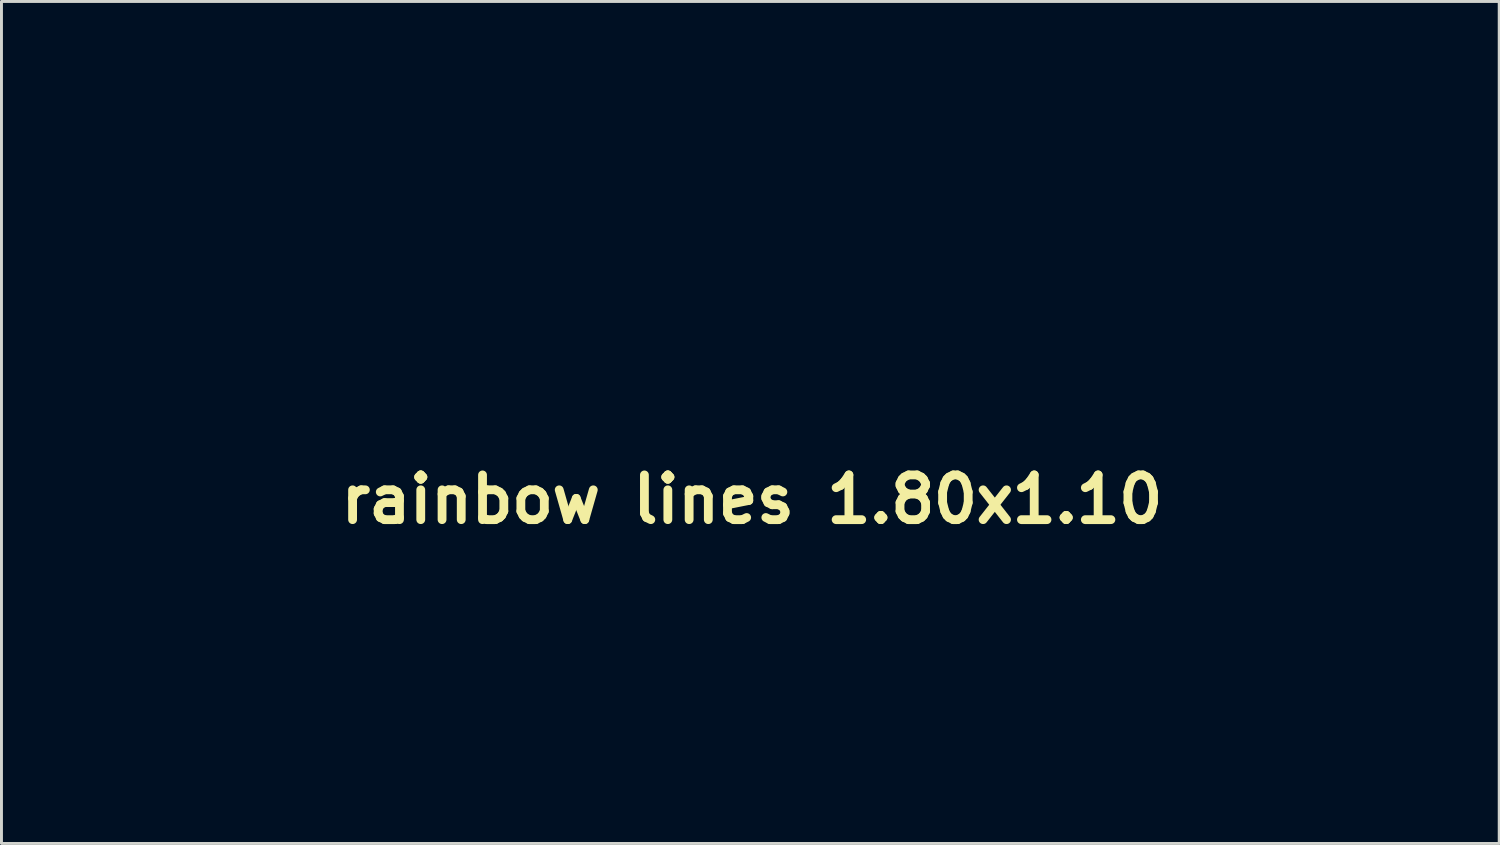
<source format=kicad_pcb>
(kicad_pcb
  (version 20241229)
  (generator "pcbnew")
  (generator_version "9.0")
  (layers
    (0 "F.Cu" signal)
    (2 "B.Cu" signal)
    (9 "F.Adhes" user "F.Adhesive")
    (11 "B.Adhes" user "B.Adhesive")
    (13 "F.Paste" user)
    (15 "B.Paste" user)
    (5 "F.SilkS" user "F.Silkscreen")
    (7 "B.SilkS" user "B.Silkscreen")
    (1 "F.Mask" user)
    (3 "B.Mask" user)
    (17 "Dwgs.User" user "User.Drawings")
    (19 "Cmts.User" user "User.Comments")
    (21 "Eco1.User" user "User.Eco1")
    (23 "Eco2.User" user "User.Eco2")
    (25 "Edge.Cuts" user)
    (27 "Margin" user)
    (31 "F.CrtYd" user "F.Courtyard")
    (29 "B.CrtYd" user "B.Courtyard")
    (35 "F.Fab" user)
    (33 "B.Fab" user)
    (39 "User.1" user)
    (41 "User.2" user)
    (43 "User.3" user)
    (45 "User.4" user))
  (footprint "rainbow lines 1.80x1.10"
    (layer "F.Cu")
    (at 22.57 13.965)
    (property "Reference" "rainbow lines 1.80x1.10" (at 0 0 0) (layer "F.SilkS") (effects (font (size 1.524 1.524) (thickness 0.3))))
    (attr board_only exclude_from_pos_files exclude_from_bom)
    (fp_poly (pts (xy 0.249 3.184) (xy 0.761 3.23) (xy 1.272 3.317) (xy 1.783 3.443) (xy 2.294 3.611) (xy 2.804 3.818) (xy 3.313 4.066) (xy 3.821 4.353) (xy 4.326 4.681) (xy 4.506 4.807) (xy 4.63 4.898) (xy 4.77 5.005) (xy 4.922 5.125) (xy 5.082 5.253) (xy 5.244 5.385) (xy 5.405 5.519) (xy 5.559 5.649) (xy 5.703 5.772) (xy 5.831 5.885) (xy 5.939 5.984) (xy 6.022 6.063) (xy 6.077 6.121) (xy 6.082 6.128) (xy 6.128 6.185) (xy 6.074 6.218) (xy 6.028 6.25) (xy 5.968 6.3) (xy 5.922 6.34) (xy 5.85 6.397) (xy 5.773 6.446) (xy 5.728 6.468) (xy 5.663 6.505) (xy 5.573 6.574) (xy 5.459 6.673) (xy 5.38 6.746) (xy 5.235 6.884) (xy 5.119 6.995) (xy 5.027 7.084) (xy 4.958 7.154) (xy 4.908 7.208) (xy 4.874 7.248) (xy 4.853 7.279) (xy 4.841 7.304) (xy 4.838 7.312) (xy 4.81 7.371) (xy 4.769 7.423) (xy 4.735 7.46) (xy 4.684 7.522) (xy 4.622 7.6) (xy 4.57 7.669) (xy 4.488 7.785) (xy 4.433 7.88) (xy 4.4 7.964) (xy 4.394 7.984) (xy 4.371 8.058) (xy 4.341 8.122) (xy 4.321 8.153) (xy 4.29 8.202) (xy 4.278 8.244) (xy 4.272 8.281) (xy 4.256 8.347) (xy 4.234 8.432) (xy 4.214 8.504) (xy 4.151 8.721) (xy 3.948 8.484) (xy 3.747 8.255) (xy 3.527 8.014) (xy 3.299 7.773) (xy 3.075 7.544) (xy 2.907 7.379) (xy 2.555 7.054) (xy 2.214 6.767) (xy 1.881 6.517) (xy 1.556 6.304) (xy 1.235 6.125) (xy 0.918 5.98) (xy 0.603 5.868) (xy 0.288 5.788) (xy 0.216 5.774) (xy 0.098 5.759) (xy -0.051 5.751) (xy -0.216 5.75) (xy -0.382 5.755) (xy -0.536 5.766) (xy -0.663 5.783) (xy -0.668 5.784) (xy -0.99 5.865) (xy -1.318 5.983) (xy -1.651 6.139) (xy -1.984 6.329) (xy -2.314 6.552) (xy -2.424 6.635) (xy -2.627 6.798) (xy -2.849 6.989) (xy -3.081 7.2) (xy -3.317 7.424) (xy -3.55 7.655) (xy -3.773 7.885) (xy -3.977 8.108) (xy -4.154 8.312) (xy -4.212 8.379) (xy -4.25 8.412) (xy -4.272 8.413) (xy -4.279 8.384) (xy -4.279 8.379) (xy -4.287 8.343) (xy -4.308 8.28) (xy -4.339 8.2) (xy -4.36 8.15) (xy -4.399 8.058) (xy -4.433 7.97) (xy -4.457 7.9) (xy -4.464 7.877) (xy -4.498 7.802) (xy -4.543 7.759) (xy -4.579 7.731) (xy -4.587 7.709) (xy -4.592 7.684) (xy -4.611 7.665) (xy -4.639 7.634) (xy -4.678 7.578) (xy -4.715 7.518) (xy -4.767 7.432) (xy -4.83 7.338) (xy -4.869 7.283) (xy -4.931 7.2) (xy -4.998 7.11) (xy -5.037 7.057) (xy -5.114 6.963) (xy -5.218 6.856) (xy -5.339 6.746) (xy -5.431 6.669) (xy -5.488 6.618) (xy -5.547 6.557) (xy -5.558 6.544) (xy -5.622 6.488) (xy -5.707 6.437) (xy -5.735 6.425) (xy -5.798 6.397) (xy -5.839 6.375) (xy -5.849 6.366) (xy -5.866 6.349) (xy -5.912 6.316) (xy -5.975 6.274) (xy -5.977 6.273) (xy -6.042 6.234) (xy -6.094 6.202) (xy -6.131 6.176) (xy -6.152 6.15) (xy -6.154 6.12) (xy -6.137 6.084) (xy -6.097 6.037) (xy -6.033 5.975) (xy -5.944 5.894) (xy -5.828 5.791) (xy -5.69 5.669) (xy -5.303 5.334) (xy -4.931 5.032) (xy -4.569 4.76) (xy -4.213 4.514) (xy -3.858 4.292) (xy -3.498 4.09) (xy -3.13 3.904) (xy -2.799 3.755) (xy -2.295 3.558) (xy -1.789 3.402) (xy -1.281 3.287) (xy -0.772 3.212) (xy -0.262 3.178)) (stroke (width 0) (type solid)) (fill yes) (layer "F.Mask"))
    (fp_poly (pts (xy 0.301 -13.961) (xy 0.862 -13.941) (xy 1.432 -13.905) (xy 2.001 -13.855) (xy 2.557 -13.79) (xy 2.803 -13.756) (xy 3.705 -13.605) (xy 4.595 -13.415) (xy 5.475 -13.185) (xy 6.343 -12.918) (xy 7.198 -12.612) (xy 8.039 -12.269) (xy 8.867 -11.889) (xy 9.68 -11.473) (xy 10.477 -11.02) (xy 11.257 -10.533) (xy 12.021 -10.01) (xy 12.766 -9.452) (xy 13.493 -8.861) (xy 14.2 -8.235) (xy 14.887 -7.577) (xy 15.553 -6.886) (xy 16.197 -6.163) (xy 16.819 -5.408) (xy 17.331 -4.738) (xy 17.941 -3.879) (xy 18.521 -2.99) (xy 19.072 -2.071) (xy 19.592 -1.123) (xy 20.081 -0.147) (xy 20.54 0.857) (xy 20.967 1.887) (xy 21.363 2.943) (xy 21.726 4.023) (xy 22.058 5.128) (xy 22.35 6.231) (xy 22.382 6.362) (xy 22.41 6.48) (xy 22.433 6.578) (xy 22.449 6.652) (xy 22.457 6.694) (xy 22.458 6.703) (xy 22.437 6.694) (xy 22.385 6.66) (xy 22.307 6.602) (xy 22.205 6.523) (xy 22.082 6.426) (xy 22.018 6.375) (xy 21.879 6.27) (xy 21.761 6.198) (xy 21.684 6.164) (xy 21.597 6.126) (xy 21.55 6.09) (xy 21.542 6.073) (xy 21.235 4.966) (xy 20.899 3.886) (xy 20.532 2.833) (xy 20.136 1.807) (xy 19.71 0.808) (xy 19.256 -0.161) (xy 18.773 -1.103) (xy 18.261 -2.014) (xy 17.72 -2.897) (xy 17.152 -3.749) (xy 16.556 -4.57) (xy 15.933 -5.36) (xy 15.283 -6.119) (xy 14.605 -6.846) (xy 13.901 -7.54) (xy 13.441 -7.964) (xy 13.094 -8.27) (xy 12.765 -8.55) (xy 12.446 -8.811) (xy 12.126 -9.061) (xy 11.798 -9.306) (xy 11.452 -9.554) (xy 11.255 -9.691) (xy 10.48 -10.202) (xy 9.691 -10.674) (xy 8.89 -11.108) (xy 8.077 -11.503) (xy 7.251 -11.859) (xy 6.413 -12.176) (xy 5.564 -12.453) (xy 4.704 -12.692) (xy 3.832 -12.891) (xy 2.95 -13.051) (xy 2.057 -13.171) (xy 1.154 -13.252) (xy 0.865 -13.27) (xy 0.382 -13.29) (xy -0.085 -13.296) (xy -0.549 -13.289) (xy -1.023 -13.269) (xy -1.522 -13.234) (xy -1.73 -13.217) (xy -2.61 -13.118) (xy -3.481 -12.979) (xy -4.343 -12.802) (xy -5.195 -12.586) (xy -6.036 -12.331) (xy -6.865 -12.039) (xy -7.681 -11.709) (xy -8.484 -11.343) (xy -9.273 -10.94) (xy -10.048 -10.501) (xy -10.807 -10.026) (xy -11.549 -9.516) (xy -12.275 -8.972) (xy -12.983 -8.393) (xy -13.672 -7.781) (xy -14.342 -7.135) (xy -14.993 -6.457) (xy -15.622 -5.746) (xy -16.23 -5.003) (xy -16.816 -4.228) (xy -16.84 -4.195) (xy -17.433 -3.342) (xy -17.998 -2.461) (xy -18.533 -1.551) (xy -19.041 -0.612) (xy -19.52 0.357) (xy -19.971 1.357) (xy -20.395 2.387) (xy -20.791 3.449) (xy -21.161 4.542) (xy -21.488 5.615) (xy -21.633 6.116) (xy -21.751 6.171) (xy -21.855 6.229) (xy -21.987 6.319) (xy -22.146 6.439) (xy -22.331 6.589) (xy -22.391 6.64) (xy -22.469 6.703) (xy -22.527 6.746) (xy -22.562 6.766) (xy -22.57 6.762) (xy -22.562 6.731) (xy -22.544 6.666) (xy -22.52 6.575) (xy -22.491 6.463) (xy -22.458 6.336) (xy -22.442 6.274) (xy -22.284 5.691) (xy -22.108 5.085) (xy -21.917 4.465) (xy -21.714 3.844) (xy -21.503 3.233) (xy -21.303 2.682) (xy -20.904 1.666) (xy -20.478 0.676) (xy -20.026 -0.286) (xy -19.549 -1.221) (xy -19.045 -2.127) (xy -18.517 -3.004) (xy -17.965 -3.852) (xy -17.388 -4.671) (xy -16.788 -5.459) (xy -16.165 -6.215) (xy -15.52 -6.941) (xy -14.853 -7.634) (xy -14.165 -8.295) (xy -13.455 -8.922) (xy -12.725 -9.516) (xy -11.975 -10.075) (xy -11.206 -10.6) (xy -10.418 -11.09) (xy -9.611 -11.543) (xy -8.787 -11.96) (xy -7.945 -12.34) (xy -7.366 -12.576) (xy -6.524 -12.884) (xy -5.678 -13.152) (xy -4.826 -13.382) (xy -3.965 -13.573) (xy -3.092 -13.726) (xy -2.204 -13.842) (xy -1.299 -13.922) (xy -0.751 -13.952) (xy -0.24 -13.965)) (stroke (width 0) (type solid)) (fill yes) (layer "F.Mask"))
    (fp_poly (pts (xy 0.181 -6.842) (xy 0.404 -6.84) (xy 0.598 -6.836) (xy 0.771 -6.83) (xy 0.931 -6.821) (xy 1.087 -6.808) (xy 1.247 -6.792) (xy 1.419 -6.77) (xy 1.61 -6.744) (xy 1.787 -6.719) (xy 2.499 -6.593) (xy 3.206 -6.428) (xy 3.908 -6.223) (xy 4.603 -5.978) (xy 5.291 -5.695) (xy 5.971 -5.373) (xy 6.644 -5.012) (xy 7.308 -4.614) (xy 7.963 -4.178) (xy 8.608 -3.705) (xy 9.243 -3.195) (xy 9.866 -2.649) (xy 10.479 -2.067) (xy 11.079 -1.448) (xy 11.667 -0.795) (xy 12.241 -0.106) (xy 12.351 0.031) (xy 12.635 0.398) (xy 12.931 0.797) (xy 13.231 1.217) (xy 13.531 1.651) (xy 13.826 2.092) (xy 14.109 2.531) (xy 14.376 2.961) (xy 14.621 3.372) (xy 14.623 3.376) (xy 14.653 3.427) (xy 14.114 3.433) (xy 13.853 3.437) (xy 13.629 3.444) (xy 13.434 3.455) (xy 13.262 3.471) (xy 13.104 3.493) (xy 12.952 3.521) (xy 12.799 3.558) (xy 12.636 3.604) (xy 12.495 3.647) (xy 12.289 3.715) (xy 12.121 3.777) (xy 11.986 3.837) (xy 11.875 3.896) (xy 11.795 3.95) (xy 11.745 3.985) (xy 11.709 4.004) (xy 11.702 4.006) (xy 11.686 3.99) (xy 11.65 3.944) (xy 11.599 3.874) (xy 11.538 3.785) (xy 11.477 3.696) (xy 10.944 2.925) (xy 10.405 2.19) (xy 9.859 1.493) (xy 9.306 0.833) (xy 8.748 0.21) (xy 8.185 -0.374) (xy 7.616 -0.92) (xy 7.042 -1.427) (xy 6.464 -1.895) (xy 5.881 -2.324) (xy 5.295 -2.714) (xy 4.705 -3.064) (xy 4.111 -3.373) (xy 3.762 -3.536) (xy 3.239 -3.754) (xy 2.726 -3.939) (xy 2.215 -4.091) (xy 1.698 -4.213) (xy 1.166 -4.309) (xy 0.827 -4.355) (xy 0.615 -4.375) (xy 0.37 -4.39) (xy 0.103 -4.398) (xy -0.173 -4.401) (xy -0.447 -4.399) (xy -0.708 -4.39) (xy -0.942 -4.375) (xy -1.047 -4.365) (xy -1.644 -4.283) (xy -2.235 -4.164) (xy -2.821 -4.008) (xy -3.404 -3.814) (xy -3.983 -3.583) (xy -4.56 -3.313) (xy -5.137 -3.004) (xy -5.713 -2.656) (xy -6.29 -2.269) (xy -6.87 -1.841) (xy -6.919 -1.803) (xy -7.123 -1.639) (xy -7.349 -1.448) (xy -7.592 -1.236) (xy -7.846 -1.007) (xy -8.105 -0.766) (xy -8.363 -0.52) (xy -8.616 -0.273) (xy -8.857 -0.031) (xy -9.081 0.202) (xy -9.186 0.315) (xy -9.544 0.714) (xy -9.912 1.144) (xy -10.283 1.597) (xy -10.653 2.067) (xy -11.015 2.546) (xy -11.364 3.026) (xy -11.694 3.501) (xy -11.801 3.661) (xy -11.858 3.747) (xy -11.908 3.821) (xy -11.944 3.874) (xy -11.962 3.901) (xy -11.964 3.903) (xy -11.985 3.897) (xy -12.03 3.874) (xy -12.057 3.858) (xy -12.135 3.817) (xy -12.223 3.778) (xy -12.245 3.77) (xy -12.325 3.737) (xy -12.401 3.698) (xy -12.419 3.686) (xy -12.503 3.644) (xy -12.625 3.6) (xy -12.778 3.558) (xy -12.954 3.519) (xy -13.147 3.483) (xy -13.348 3.454) (xy -13.551 3.432) (xy -13.61 3.427) (xy -13.682 3.424) (xy -13.785 3.424) (xy -13.913 3.426) (xy -14.055 3.429) (xy -14.203 3.434) (xy -14.35 3.44) (xy -14.486 3.447) (xy -14.602 3.455) (xy -14.691 3.462) (xy -14.743 3.47) (xy -14.745 3.47) (xy -14.763 3.472) (xy -14.77 3.463) (xy -14.764 3.438) (xy -14.743 3.394) (xy -14.705 3.324) (xy -14.648 3.225) (xy -14.622 3.18) (xy -14.103 2.321) (xy -13.569 1.5) (xy -13.021 0.717) (xy -12.458 -0.028) (xy -11.88 -0.737) (xy -11.286 -1.409) (xy -10.677 -2.044) (xy -10.05 -2.644) (xy -9.407 -3.209) (xy -8.747 -3.739) (xy -8.509 -3.918) (xy -7.862 -4.375) (xy -7.203 -4.795) (xy -6.534 -5.177) (xy -5.855 -5.521) (xy -5.168 -5.827) (xy -4.473 -6.094) (xy -3.771 -6.322) (xy -3.064 -6.51) (xy -2.351 -6.658) (xy -1.912 -6.729) (xy -1.706 -6.758) (xy -1.522 -6.781) (xy -1.353 -6.8) (xy -1.188 -6.815) (xy -1.022 -6.826) (xy -0.845 -6.833) (xy -0.65 -6.838) (xy -0.427 -6.841) (xy -0.17 -6.842) (xy -0.08 -6.842)) (stroke (width 0) (type solid)) (fill yes) (layer "F.Mask")))
  (gr_rect
    (start -3 -3)
    (end 48.028 25.686)
    (stroke (width 0.1) (type default))
    (fill no)
    (layer "Edge.Cuts")))
</source>
